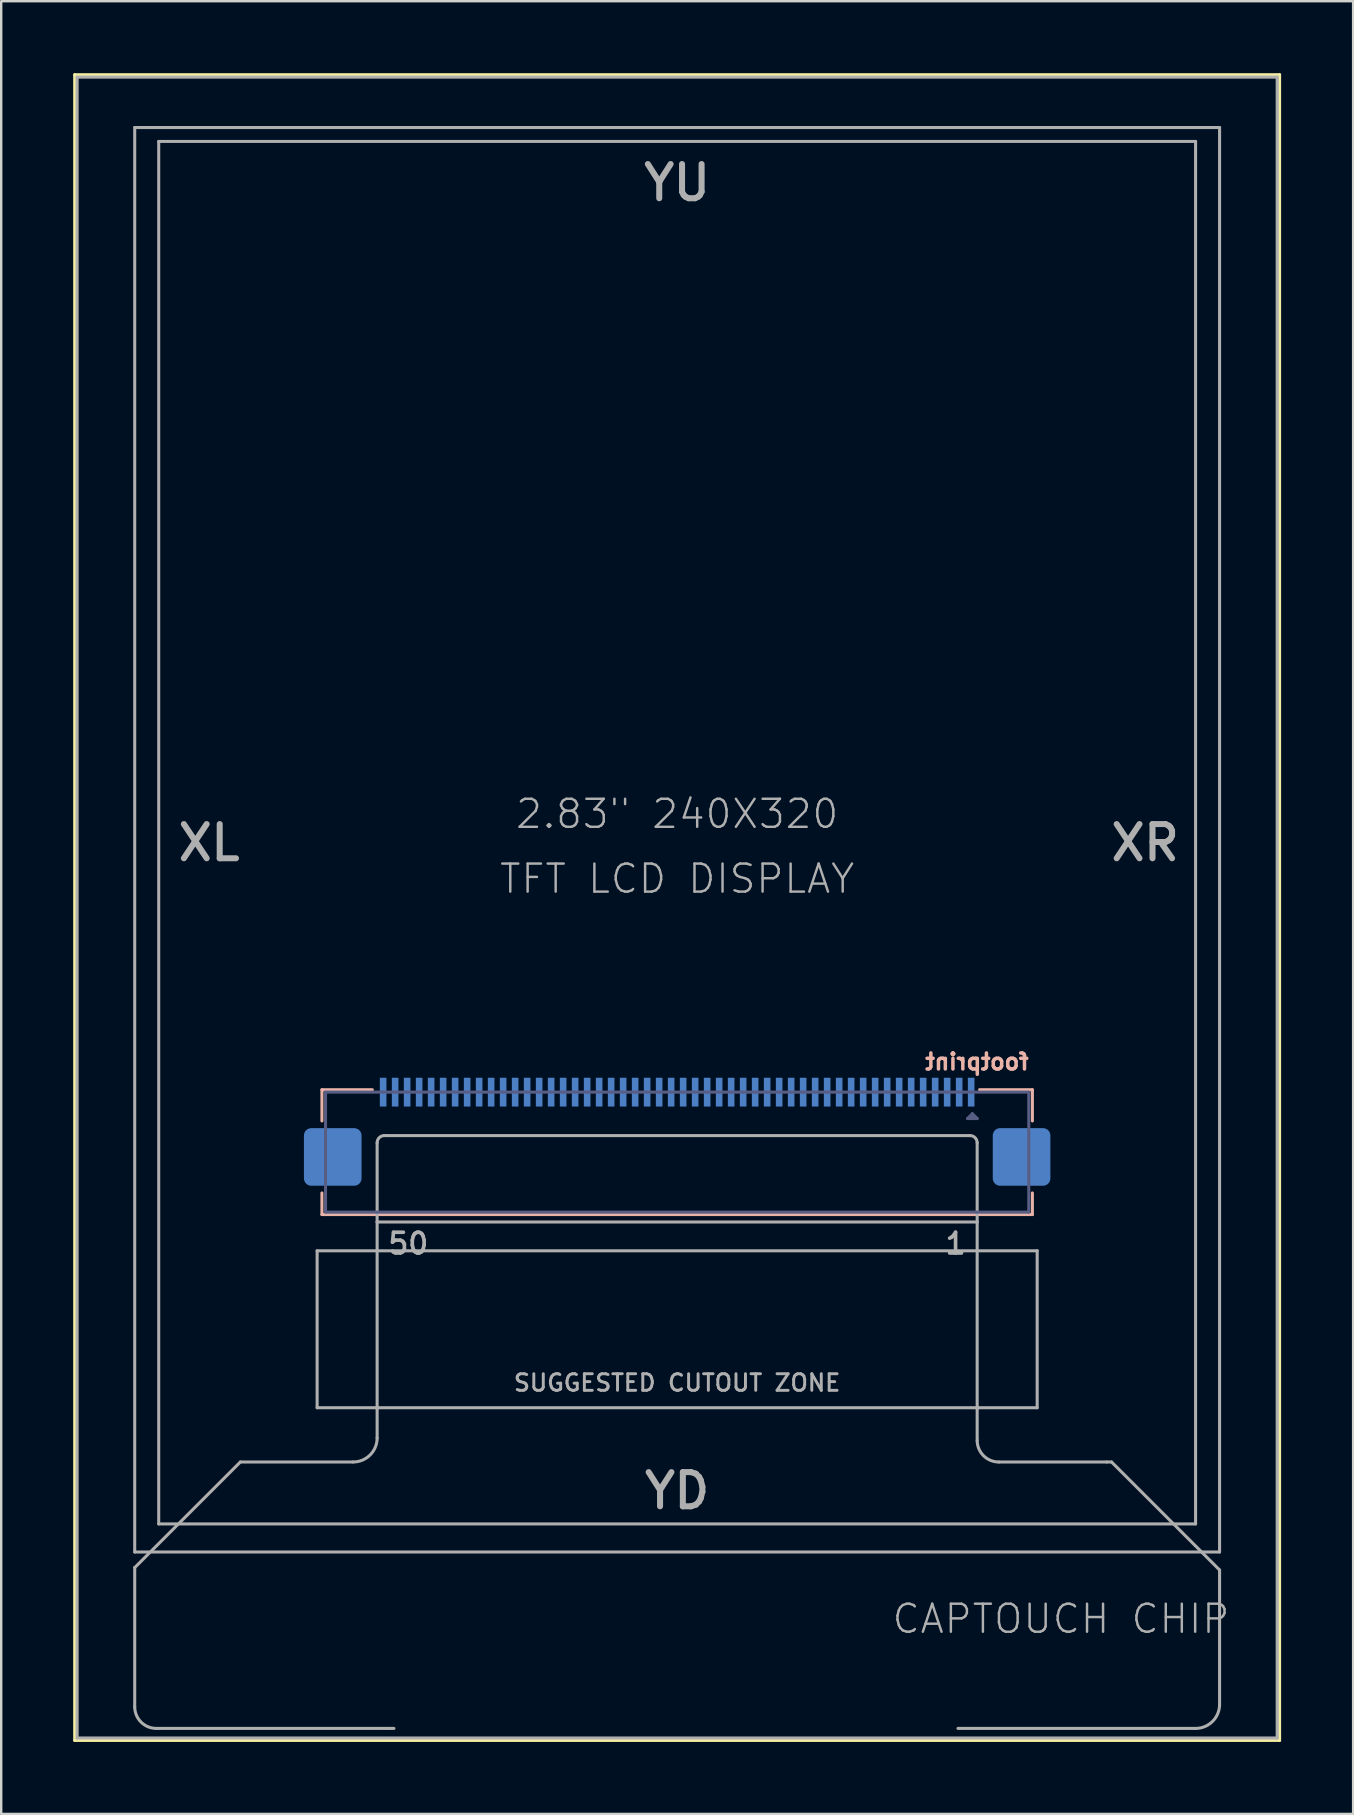
<source format=kicad_pcb>
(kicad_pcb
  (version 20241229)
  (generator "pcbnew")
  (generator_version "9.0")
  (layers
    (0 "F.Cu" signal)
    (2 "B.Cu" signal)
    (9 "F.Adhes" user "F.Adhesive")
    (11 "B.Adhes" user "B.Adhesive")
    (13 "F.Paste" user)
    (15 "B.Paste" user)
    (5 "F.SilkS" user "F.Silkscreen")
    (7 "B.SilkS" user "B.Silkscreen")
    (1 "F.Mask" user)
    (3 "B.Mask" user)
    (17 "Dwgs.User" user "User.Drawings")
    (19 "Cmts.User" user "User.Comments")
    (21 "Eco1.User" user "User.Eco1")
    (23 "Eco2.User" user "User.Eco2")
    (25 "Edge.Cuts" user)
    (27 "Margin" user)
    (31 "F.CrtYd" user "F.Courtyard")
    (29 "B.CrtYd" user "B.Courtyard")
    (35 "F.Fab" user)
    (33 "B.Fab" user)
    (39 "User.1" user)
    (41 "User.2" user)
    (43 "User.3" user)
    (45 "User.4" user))
  (footprint "footprint"
    (layer "F.Cu")
    (at 25.163 32.063)
    (property "Reference" "footprint" (at 14.726 9.513 0) (layer "B.SilkS") (effects (font (size 0.666 0.666) (thickness 0.146)) (justify left bottom mirror)))
    (fp_poly (pts (xy -12.4 11.05) (xy -12.1 11.05) (xy -12.1 9.75) (xy -12.4 9.75)) (stroke (width 0) (type solid)) (fill yes) (layer "B.Mask"))
    (fp_poly (pts (xy -11.9 11.05) (xy -11.6 11.05) (xy -11.6 9.75) (xy -11.9 9.75)) (stroke (width 0) (type solid)) (fill yes) (layer "B.Mask"))
    (fp_poly (pts (xy -11.4 11.05) (xy -11.1 11.05) (xy -11.1 9.75) (xy -11.4 9.75)) (stroke (width 0) (type solid)) (fill yes) (layer "B.Mask"))
    (fp_poly (pts (xy -10.9 11.05) (xy -10.6 11.05) (xy -10.6 9.75) (xy -10.9 9.75)) (stroke (width 0) (type solid)) (fill yes) (layer "B.Mask"))
    (fp_poly (pts (xy -10.4 11.05) (xy -10.1 11.05) (xy -10.1 9.75) (xy -10.4 9.75)) (stroke (width 0) (type solid)) (fill yes) (layer "B.Mask"))
    (fp_poly (pts (xy -9.9 11.05) (xy -9.6 11.05) (xy -9.6 9.75) (xy -9.9 9.75)) (stroke (width 0) (type solid)) (fill yes) (layer "B.Mask"))
    (fp_poly (pts (xy -9.4 11.05) (xy -9.1 11.05) (xy -9.1 9.75) (xy -9.4 9.75)) (stroke (width 0) (type solid)) (fill yes) (layer "B.Mask"))
    (fp_poly (pts (xy -8.9 11.05) (xy -8.6 11.05) (xy -8.6 9.75) (xy -8.9 9.75)) (stroke (width 0) (type solid)) (fill yes) (layer "B.Mask"))
    (fp_poly (pts (xy -8.4 11.05) (xy -8.1 11.05) (xy -8.1 9.75) (xy -8.4 9.75)) (stroke (width 0) (type solid)) (fill yes) (layer "B.Mask"))
    (fp_poly (pts (xy -7.9 11.05) (xy -7.6 11.05) (xy -7.6 9.75) (xy -7.9 9.75)) (stroke (width 0) (type solid)) (fill yes) (layer "B.Mask"))
    (fp_poly (pts (xy -7.4 11.05) (xy -7.1 11.05) (xy -7.1 9.75) (xy -7.4 9.75)) (stroke (width 0) (type solid)) (fill yes) (layer "B.Mask"))
    (fp_poly (pts (xy -6.9 11.05) (xy -6.6 11.05) (xy -6.6 9.75) (xy -6.9 9.75)) (stroke (width 0) (type solid)) (fill yes) (layer "B.Mask"))
    (fp_poly (pts (xy -6.4 11.05) (xy -6.1 11.05) (xy -6.1 9.75) (xy -6.4 9.75)) (stroke (width 0) (type solid)) (fill yes) (layer "B.Mask"))
    (fp_poly (pts (xy -5.9 11.05) (xy -5.6 11.05) (xy -5.6 9.75) (xy -5.9 9.75)) (stroke (width 0) (type solid)) (fill yes) (layer "B.Mask"))
    (fp_poly (pts (xy -5.4 11.05) (xy -5.1 11.05) (xy -5.1 9.75) (xy -5.4 9.75)) (stroke (width 0) (type solid)) (fill yes) (layer "B.Mask"))
    (fp_poly (pts (xy -4.9 11.05) (xy -4.6 11.05) (xy -4.6 9.75) (xy -4.9 9.75)) (stroke (width 0) (type solid)) (fill yes) (layer "B.Mask"))
    (fp_poly (pts (xy -4.4 11.05) (xy -4.1 11.05) (xy -4.1 9.75) (xy -4.4 9.75)) (stroke (width 0) (type solid)) (fill yes) (layer "B.Mask"))
    (fp_poly (pts (xy -3.9 11.05) (xy -3.6 11.05) (xy -3.6 9.75) (xy -3.9 9.75)) (stroke (width 0) (type solid)) (fill yes) (layer "B.Mask"))
    (fp_poly (pts (xy -3.4 11.05) (xy -3.1 11.05) (xy -3.1 9.75) (xy -3.4 9.75)) (stroke (width 0) (type solid)) (fill yes) (layer "B.Mask"))
    (fp_poly (pts (xy -2.9 11.05) (xy -2.6 11.05) (xy -2.6 9.75) (xy -2.9 9.75)) (stroke (width 0) (type solid)) (fill yes) (layer "B.Mask"))
    (fp_poly (pts (xy -2.4 11.05) (xy -2.1 11.05) (xy -2.1 9.75) (xy -2.4 9.75)) (stroke (width 0) (type solid)) (fill yes) (layer "B.Mask"))
    (fp_poly (pts (xy -1.9 11.05) (xy -1.6 11.05) (xy -1.6 9.75) (xy -1.9 9.75)) (stroke (width 0) (type solid)) (fill yes) (layer "B.Mask"))
    (fp_poly (pts (xy -1.4 11.05) (xy -1.1 11.05) (xy -1.1 9.75) (xy -1.4 9.75)) (stroke (width 0) (type solid)) (fill yes) (layer "B.Mask"))
    (fp_poly (pts (xy -0.9 11.05) (xy -0.6 11.05) (xy -0.6 9.75) (xy -0.9 9.75)) (stroke (width 0) (type solid)) (fill yes) (layer "B.Mask"))
    (fp_poly (pts (xy -0.4 11.05) (xy -0.1 11.05) (xy -0.1 9.75) (xy -0.4 9.75)) (stroke (width 0) (type solid)) (fill yes) (layer "B.Mask"))
    (fp_poly (pts (xy 0.1 11.05) (xy 0.4 11.05) (xy 0.4 9.75) (xy 0.1 9.75)) (stroke (width 0) (type solid)) (fill yes) (layer "B.Mask"))
    (fp_poly (pts (xy 0.6 11.05) (xy 0.9 11.05) (xy 0.9 9.75) (xy 0.6 9.75)) (stroke (width 0) (type solid)) (fill yes) (layer "B.Mask"))
    (fp_poly (pts (xy 1.1 11.05) (xy 1.4 11.05) (xy 1.4 9.75) (xy 1.1 9.75)) (stroke (width 0) (type solid)) (fill yes) (layer "B.Mask"))
    (fp_poly (pts (xy 1.6 11.05) (xy 1.9 11.05) (xy 1.9 9.75) (xy 1.6 9.75)) (stroke (width 0) (type solid)) (fill yes) (layer "B.Mask"))
    (fp_poly (pts (xy 2.1 11.05) (xy 2.4 11.05) (xy 2.4 9.75) (xy 2.1 9.75)) (stroke (width 0) (type solid)) (fill yes) (layer "B.Mask"))
    (fp_poly (pts (xy 2.6 11.05) (xy 2.9 11.05) (xy 2.9 9.75) (xy 2.6 9.75)) (stroke (width 0) (type solid)) (fill yes) (layer "B.Mask"))
    (fp_poly (pts (xy 3.1 11.05) (xy 3.4 11.05) (xy 3.4 9.75) (xy 3.1 9.75)) (stroke (width 0) (type solid)) (fill yes) (layer "B.Mask"))
    (fp_poly (pts (xy 3.6 11.05) (xy 3.9 11.05) (xy 3.9 9.75) (xy 3.6 9.75)) (stroke (width 0) (type solid)) (fill yes) (layer "B.Mask"))
    (fp_poly (pts (xy 4.1 11.05) (xy 4.4 11.05) (xy 4.4 9.75) (xy 4.1 9.75)) (stroke (width 0) (type solid)) (fill yes) (layer "B.Mask"))
    (fp_poly (pts (xy 4.6 11.05) (xy 4.9 11.05) (xy 4.9 9.75) (xy 4.6 9.75)) (stroke (width 0) (type solid)) (fill yes) (layer "B.Mask"))
    (fp_poly (pts (xy 5.1 11.05) (xy 5.4 11.05) (xy 5.4 9.75) (xy 5.1 9.75)) (stroke (width 0) (type solid)) (fill yes) (layer "B.Mask"))
    (fp_poly (pts (xy 5.6 11.05) (xy 5.9 11.05) (xy 5.9 9.75) (xy 5.6 9.75)) (stroke (width 0) (type solid)) (fill yes) (layer "B.Mask"))
    (fp_poly (pts (xy 6.1 11.05) (xy 6.4 11.05) (xy 6.4 9.75) (xy 6.1 9.75)) (stroke (width 0) (type solid)) (fill yes) (layer "B.Mask"))
    (fp_poly (pts (xy 6.6 11.05) (xy 6.9 11.05) (xy 6.9 9.75) (xy 6.6 9.75)) (stroke (width 0) (type solid)) (fill yes) (layer "B.Mask"))
    (fp_poly (pts (xy 7.1 11.05) (xy 7.4 11.05) (xy 7.4 9.75) (xy 7.1 9.75)) (stroke (width 0) (type solid)) (fill yes) (layer "B.Mask"))
    (fp_poly (pts (xy 7.6 11.05) (xy 7.9 11.05) (xy 7.9 9.75) (xy 7.6 9.75)) (stroke (width 0) (type solid)) (fill yes) (layer "B.Mask"))
    (fp_poly (pts (xy 8.1 11.05) (xy 8.4 11.05) (xy 8.4 9.75) (xy 8.1 9.75)) (stroke (width 0) (type solid)) (fill yes) (layer "B.Mask"))
    (fp_poly (pts (xy 8.6 11.05) (xy 8.9 11.05) (xy 8.9 9.75) (xy 8.6 9.75)) (stroke (width 0) (type solid)) (fill yes) (layer "B.Mask"))
    (fp_poly (pts (xy 9.1 11.05) (xy 9.4 11.05) (xy 9.4 9.75) (xy 9.1 9.75)) (stroke (width 0) (type solid)) (fill yes) (layer "B.Mask"))
    (fp_poly (pts (xy 9.6 11.05) (xy 9.9 11.05) (xy 9.9 9.75) (xy 9.6 9.75)) (stroke (width 0) (type solid)) (fill yes) (layer "B.Mask"))
    (fp_poly (pts (xy 10.1 11.05) (xy 10.4 11.05) (xy 10.4 9.75) (xy 10.1 9.75)) (stroke (width 0) (type solid)) (fill yes) (layer "B.Mask"))
    (fp_poly (pts (xy 10.6 11.05) (xy 10.9 11.05) (xy 10.9 9.75) (xy 10.6 9.75)) (stroke (width 0) (type solid)) (fill yes) (layer "B.Mask"))
    (fp_poly (pts (xy 11.1 11.05) (xy 11.4 11.05) (xy 11.4 9.75) (xy 11.1 9.75)) (stroke (width 0) (type solid)) (fill yes) (layer "B.Mask"))
    (fp_poly (pts (xy 11.6 11.05) (xy 11.9 11.05) (xy 11.9 9.75) (xy 11.6 9.75)) (stroke (width 0) (type solid)) (fill yes) (layer "B.Mask"))
    (fp_poly (pts (xy 12.1 11.05) (xy 12.4 11.05) (xy 12.4 9.75) (xy 12.1 9.75)) (stroke (width 0) (type solid)) (fill yes) (layer "B.Mask"))
    (fp_line (start -25.1 -32) (end 25.1 -32) (stroke (width 0.127) (type solid)) (layer "F.SilkS"))
    (fp_line (start -25.1 37.4) (end -25.1 -32) (stroke (width 0.127) (type solid)) (layer "F.SilkS"))
    (fp_line (start 25.1 -32) (end 25.1 37.4) (stroke (width 0.127) (type solid)) (layer "F.SilkS"))
    (fp_line (start 25.1 37.4) (end -25.1 37.4) (stroke (width 0.127) (type solid)) (layer "F.SilkS"))
    (fp_line (start -14.8 10.29) (end -14.8 11.59) (stroke (width 0.127) (type solid)) (layer "B.SilkS"))
    (fp_line (start -14.8 15.49) (end -14.8 14.59) (stroke (width 0.127) (type solid)) (layer "B.SilkS"))
    (fp_line (start -12.7 10.29) (end -14.8 10.29) (stroke (width 0.127) (type solid)) (layer "B.SilkS"))
    (fp_line (start 12.6 10.29) (end 14.8 10.29) (stroke (width 0.127) (type solid)) (layer "B.SilkS"))
    (fp_line (start 14.8 10.29) (end 14.8 11.59) (stroke (width 0.127) (type solid)) (layer "B.SilkS"))
    (fp_line (start 14.8 14.59) (end 14.8 15.49) (stroke (width 0.127) (type solid)) (layer "B.SilkS"))
    (fp_line (start 14.8 15.49) (end -14.8 15.49) (stroke (width 0.127) (type solid)) (layer "B.SilkS"))
    (fp_line (start -14.65 10.39) (end -14.65 15.39) (stroke (width 0.127) (type solid)) (layer "B.Fab"))
    (fp_line (start 12.1 11.49) (end 12.4 11.49) (stroke (width 0.127) (type solid)) (layer "B.Fab"))
    (fp_line (start 12.3 11.29) (end 12.1 11.49) (stroke (width 0.127) (type solid)) (layer "B.Fab"))
    (fp_line (start 12.4 11.49) (end 12.3 11.39) (stroke (width 0.127) (type solid)) (layer "B.Fab"))
    (fp_line (start 12.5 11.49) (end 12.3 11.29) (stroke (width 0.127) (type solid)) (layer "B.Fab"))
    (fp_line (start 12.5 11.49) (end 12.4 11.49) (stroke (width 0.127) (type solid)) (layer "B.Fab"))
    (fp_line (start 14.65 10.39) (end -14.65 10.39) (stroke (width 0.127) (type solid)) (layer "B.Fab"))
    (fp_line (start 14.65 15.39) (end -14.65 15.39) (stroke (width 0.127) (type solid)) (layer "B.Fab"))
    (fp_line (start 14.65 15.39) (end 14.65 10.39) (stroke (width 0.127) (type solid)) (layer "B.Fab"))
    (fp_line (start -25 -31.9) (end 25 -31.9) (stroke (width 0.127) (type solid)) (layer "F.Fab"))
    (fp_line (start -25 37.3) (end -25 -31.9) (stroke (width 0.127) (type solid)) (layer "F.Fab"))
    (fp_line (start -22.6 -29.8) (end 22.6 -29.8) (stroke (width 0.127) (type solid)) (layer "F.Fab"))
    (fp_line (start -22.6 29.55) (end -22.6 -29.8) (stroke (width 0.127) (type solid)) (layer "F.Fab"))
    (fp_line (start -22.6 30.2) (end -18.2 25.8) (stroke (width 0.127) (type solid)) (layer "F.Fab"))
    (fp_line (start -22.6 36) (end -22.6 30.2) (stroke (width 0.127) (type solid)) (layer "F.Fab"))
    (fp_line (start -21.6 -29.22) (end 21.6 -29.22) (stroke (width 0.127) (type solid)) (layer "F.Fab"))
    (fp_line (start -21.6 28.38) (end -21.6 -29.22) (stroke (width 0.127) (type solid)) (layer "F.Fab"))
    (fp_line (start -18.2 25.8) (end -13.5 25.8) (stroke (width 0.127) (type solid)) (layer "F.Fab"))
    (fp_line (start -15 17) (end 15 17) (stroke (width 0.127) (type solid)) (layer "F.Fab"))
    (fp_line (start -15 23.54) (end -15 17) (stroke (width 0.127) (type solid)) (layer "F.Fab"))
    (fp_line (start -12.5 15.8) (end -12.5 12.5) (stroke (width 0.127) (type solid)) (layer "F.Fab"))
    (fp_line (start -12.5 15.8) (end 12.5 15.8) (stroke (width 0.127) (type solid)) (layer "F.Fab"))
    (fp_line (start -12.5 24.8) (end -12.5 15.8) (stroke (width 0.127) (type solid)) (layer "F.Fab"))
    (fp_line (start -12.2 12.2) (end 12.2 12.2) (stroke (width 0.127) (type solid)) (layer "F.Fab"))
    (fp_line (start -12.1 36.9) (end -21.7 36.9) (stroke (width 0.127) (type solid)) (layer "F.Fab"))
    (fp_line (start -11.8 36.9) (end -12.1 36.9) (stroke (width 0.127) (type solid)) (layer "F.Fab"))
    (fp_line (start 12.5 12.5) (end 12.5 15.8) (stroke (width 0.127) (type solid)) (layer "F.Fab"))
    (fp_line (start 12.5 15.8) (end 12.5 24.9) (stroke (width 0.127) (type solid)) (layer "F.Fab"))
    (fp_line (start 13.4 25.8) (end 17.9 25.8) (stroke (width 0.127) (type solid)) (layer "F.Fab"))
    (fp_line (start 15 17) (end 15 23.54) (stroke (width 0.127) (type solid)) (layer "F.Fab"))
    (fp_line (start 15 23.54) (end -15 23.54) (stroke (width 0.127) (type solid)) (layer "F.Fab"))
    (fp_line (start 17.9 25.8) (end 18.1 25.8) (stroke (width 0.127) (type solid)) (layer "F.Fab"))
    (fp_line (start 18.1 25.8) (end 22.6 30.3) (stroke (width 0.127) (type solid)) (layer "F.Fab"))
    (fp_line (start 21.6 -29.22) (end 21.6 28.38) (stroke (width 0.127) (type solid)) (layer "F.Fab"))
    (fp_line (start 21.6 28.38) (end -21.6 28.38) (stroke (width 0.127) (type solid)) (layer "F.Fab"))
    (fp_line (start 21.6 36.9) (end 11.7 36.9) (stroke (width 0.127) (type solid)) (layer "F.Fab"))
    (fp_line (start 22.6 -29.8) (end 22.6 29.55) (stroke (width 0.127) (type solid)) (layer "F.Fab"))
    (fp_line (start 22.6 29.55) (end -22.6 29.55) (stroke (width 0.127) (type solid)) (layer "F.Fab"))
    (fp_line (start 22.6 30.3) (end 22.6 35.9) (stroke (width 0.127) (type solid)) (layer "F.Fab"))
    (fp_line (start 25 -31.9) (end 25 37.3) (stroke (width 0.127) (type solid)) (layer "F.Fab"))
    (fp_line (start 25 37.3) (end -25 37.3) (stroke (width 0.127) (type solid)) (layer "F.Fab"))
    (fp_arc (start -21.7 36.9) (mid -22.336396 36.636396) (end -22.6 36) (stroke (width 0.127) (type solid)) (layer "F.Fab"))
    (fp_arc (start -12.5 12.5) (mid -12.412132 12.287868) (end -12.2 12.2) (stroke (width 0.127) (type solid)) (layer "F.Fab"))
    (fp_arc (start -12.5 24.8) (mid -12.792893 25.507107) (end -13.5 25.8) (stroke (width 0.127) (type solid)) (layer "F.Fab"))
    (fp_arc (start 12.2 12.2) (mid 12.412132 12.287868) (end 12.5 12.5) (stroke (width 0.127) (type solid)) (layer "F.Fab"))
    (fp_arc (start 13.4 25.8) (mid 12.763604 25.536396) (end 12.5 24.9) (stroke (width 0.127) (type solid)) (layer "F.Fab"))
    (fp_arc (start 22.6 35.9) (mid 22.307107 36.607107) (end 21.6 36.9) (stroke (width 0.127) (type solid)) (layer "F.Fab"))
    (fp_text user "YD" (at 0 27 0) (layer "F.Fab") (effects (font (size 1.425 1.425) (thickness 0.251))))
    (fp_text user "CAPTOUCH CHIP" (at 8.89 33.02 0) (layer "F.Fab") (effects (font (size 1.168 1.168) (thickness 0.102)) (justify left bottom)))
    (fp_text user "2.83\" 240X320" (at 0 -1.2 0) (layer "F.Fab") (effects (font (size 1.168 1.168) (thickness 0.102))))
    (fp_text user "YU" (at 0 -27.5 0) (layer "F.Fab") (effects (font (size 1.425 1.425) (thickness 0.251))))
    (fp_text user "XR" (at 19.5 0 0) (layer "F.Fab") (effects (font (size 1.425 1.425) (thickness 0.251))))
    (fp_text user "SUGGESTED CUTOUT ZONE" (at 0 22.5 0) (layer "F.Fab") (effects (font (size 0.691 0.691) (thickness 0.122))))
    (fp_text user "TFT LCD DISPLAY" (at 0 1.5 0) (layer "F.Fab") (effects (font (size 1.168 1.168) (thickness 0.102))))
    (fp_text user "50" (at -11.2 16.7 0) (layer "F.Fab") (effects (font (size 0.864 0.864) (thickness 0.152))))
    (fp_text user "XL" (at -19.5 0 0) (layer "F.Fab") (effects (font (size 1.425 1.425) (thickness 0.251))))
    (fp_text user "1" (at 11.6 16.7 0) (layer "F.Fab") (effects (font (size 0.864 0.864) (thickness 0.152))))
    (pad "1" smd rect (at 12.25 10.39 180) (size 0.275 1.2) (layers "B.Cu" "B.Paste"))
    (pad "2" smd rect (at 11.75 10.39 180) (size 0.275 1.2) (layers "B.Cu" "B.Paste"))
    (pad "3" smd rect (at 11.25 10.39 180) (size 0.275 1.2) (layers "B.Cu" "B.Paste"))
    (pad "4" smd rect (at 10.75 10.39 180) (size 0.275 1.2) (layers "B.Cu" "B.Paste"))
    (pad "5" smd rect (at 10.25 10.39 180) (size 0.275 1.2) (layers "B.Cu" "B.Paste"))
    (pad "6" smd rect (at 9.75 10.39 180) (size 0.275 1.2) (layers "B.Cu" "B.Paste"))
    (pad "7" smd rect (at 9.25 10.39 180) (size 0.275 1.2) (layers "B.Cu" "B.Paste"))
    (pad "8" smd rect (at 8.75 10.39 180) (size 0.275 1.2) (layers "B.Cu" "B.Paste"))
    (pad "9" smd rect (at 8.25 10.39 180) (size 0.275 1.2) (layers "B.Cu" "B.Paste"))
    (pad "10" smd rect (at 7.75 10.39 180) (size 0.275 1.2) (layers "B.Cu" "B.Paste"))
    (pad "11" smd rect (at 7.25 10.39 180) (size 0.275 1.2) (layers "B.Cu" "B.Paste"))
    (pad "12" smd rect (at 6.75 10.39 180) (size 0.275 1.2) (layers "B.Cu" "B.Paste"))
    (pad "13" smd rect (at 6.25 10.39 180) (size 0.275 1.2) (layers "B.Cu" "B.Paste"))
    (pad "14" smd rect (at 5.75 10.39 180) (size 0.275 1.2) (layers "B.Cu" "B.Paste"))
    (pad "15" smd rect (at 5.25 10.39 180) (size 0.275 1.2) (layers "B.Cu" "B.Paste"))
    (pad "16" smd rect (at 4.75 10.39 180) (size 0.275 1.2) (layers "B.Cu" "B.Paste"))
    (pad "17" smd rect (at 4.25 10.39 180) (size 0.275 1.2) (layers "B.Cu" "B.Paste"))
    (pad "18" smd rect (at 3.75 10.39 180) (size 0.275 1.2) (layers "B.Cu" "B.Paste"))
    (pad "19" smd rect (at 3.25 10.39 180) (size 0.275 1.2) (layers "B.Cu" "B.Paste"))
    (pad "20" smd rect (at 2.75 10.39 180) (size 0.275 1.2) (layers "B.Cu" "B.Paste"))
    (pad "21" smd rect (at 2.25 10.39 180) (size 0.275 1.2) (layers "B.Cu" "B.Paste"))
    (pad "22" smd rect (at 1.75 10.39 180) (size 0.275 1.2) (layers "B.Cu" "B.Paste"))
    (pad "23" smd rect (at 1.25 10.39 180) (size 0.275 1.2) (layers "B.Cu" "B.Paste"))
    (pad "24" smd rect (at 0.75 10.39 180) (size 0.275 1.2) (layers "B.Cu" "B.Paste"))
    (pad "25" smd rect (at 0.25 10.39 180) (size 0.275 1.2) (layers "B.Cu" "B.Paste"))
    (pad "26" smd rect (at -0.25 10.39 180) (size 0.275 1.2) (layers "B.Cu" "B.Paste"))
    (pad "27" smd rect (at -0.75 10.39 180) (size 0.275 1.2) (layers "B.Cu" "B.Paste"))
    (pad "28" smd rect (at -1.25 10.39 180) (size 0.275 1.2) (layers "B.Cu" "B.Paste"))
    (pad "29" smd rect (at -1.75 10.39 180) (size 0.275 1.2) (layers "B.Cu" "B.Paste"))
    (pad "30" smd rect (at -2.25 10.39 180) (size 0.275 1.2) (layers "B.Cu" "B.Paste"))
    (pad "31" smd rect (at -2.75 10.39 180) (size 0.275 1.2) (layers "B.Cu" "B.Paste"))
    (pad "32" smd rect (at -3.25 10.39 180) (size 0.275 1.2) (layers "B.Cu" "B.Paste"))
    (pad "33" smd rect (at -3.75 10.39 180) (size 0.275 1.2) (layers "B.Cu" "B.Paste"))
    (pad "34" smd rect (at -4.25 10.39 180) (size 0.275 1.2) (layers "B.Cu" "B.Paste"))
    (pad "35" smd rect (at -4.75 10.39 180) (size 0.275 1.2) (layers "B.Cu" "B.Paste"))
    (pad "36" smd rect (at -5.25 10.39 180) (size 0.275 1.2) (layers "B.Cu" "B.Paste"))
    (pad "37" smd rect (at -5.75 10.39 180) (size 0.275 1.2) (layers "B.Cu" "B.Paste"))
    (pad "38" smd rect (at -6.25 10.39 180) (size 0.275 1.2) (layers "B.Cu" "B.Paste"))
    (pad "39" smd rect (at -6.75 10.39 180) (size 0.275 1.2) (layers "B.Cu" "B.Paste"))
    (pad "40" smd rect (at -7.25 10.39 180) (size 0.275 1.2) (layers "B.Cu" "B.Paste"))
    (pad "41" smd rect (at -7.75 10.39 180) (size 0.275 1.2) (layers "B.Cu" "B.Paste"))
    (pad "42" smd rect (at -8.25 10.39 180) (size 0.275 1.2) (layers "B.Cu" "B.Paste"))
    (pad "43" smd rect (at -8.75 10.39 180) (size 0.275 1.2) (layers "B.Cu" "B.Paste"))
    (pad "44" smd rect (at -9.25 10.39 180) (size 0.275 1.2) (layers "B.Cu" "B.Paste"))
    (pad "45" smd rect (at -9.75 10.39 180) (size 0.275 1.2) (layers "B.Cu" "B.Paste"))
    (pad "46" smd rect (at -10.25 10.39 180) (size 0.275 1.2) (layers "B.Cu" "B.Paste"))
    (pad "47" smd rect (at -10.75 10.39 180) (size 0.275 1.2) (layers "B.Cu" "B.Paste"))
    (pad "48" smd rect (at -11.25 10.39 180) (size 0.275 1.2) (layers "B.Cu" "B.Paste"))
    (pad "49" smd rect (at -11.75 10.39 180) (size 0.275 1.2) (layers "B.Cu" "B.Paste"))
    (pad "50" smd rect (at -12.25 10.39 180) (size 0.275 1.2) (layers "B.Cu" "B.Paste"))
    (pad "PAD1" smd roundrect (at 14.35 13.09 180) (size 2.4 2.4) (layers "B.Cu" "B.Mask" "B.Paste") (roundrect_rratio 0.125))
    (pad "PAD2" smd roundrect (at -14.35 13.09 180) (size 2.4 2.4) (layers "B.Cu" "B.Mask" "B.Paste") (roundrect_rratio 0.125)))
  (gr_rect
    (start -3 -3)
    (end 53.327 72.527)
    (stroke (width 0.1) (type default))
    (fill no)
    (layer "Edge.Cuts")))
</source>
